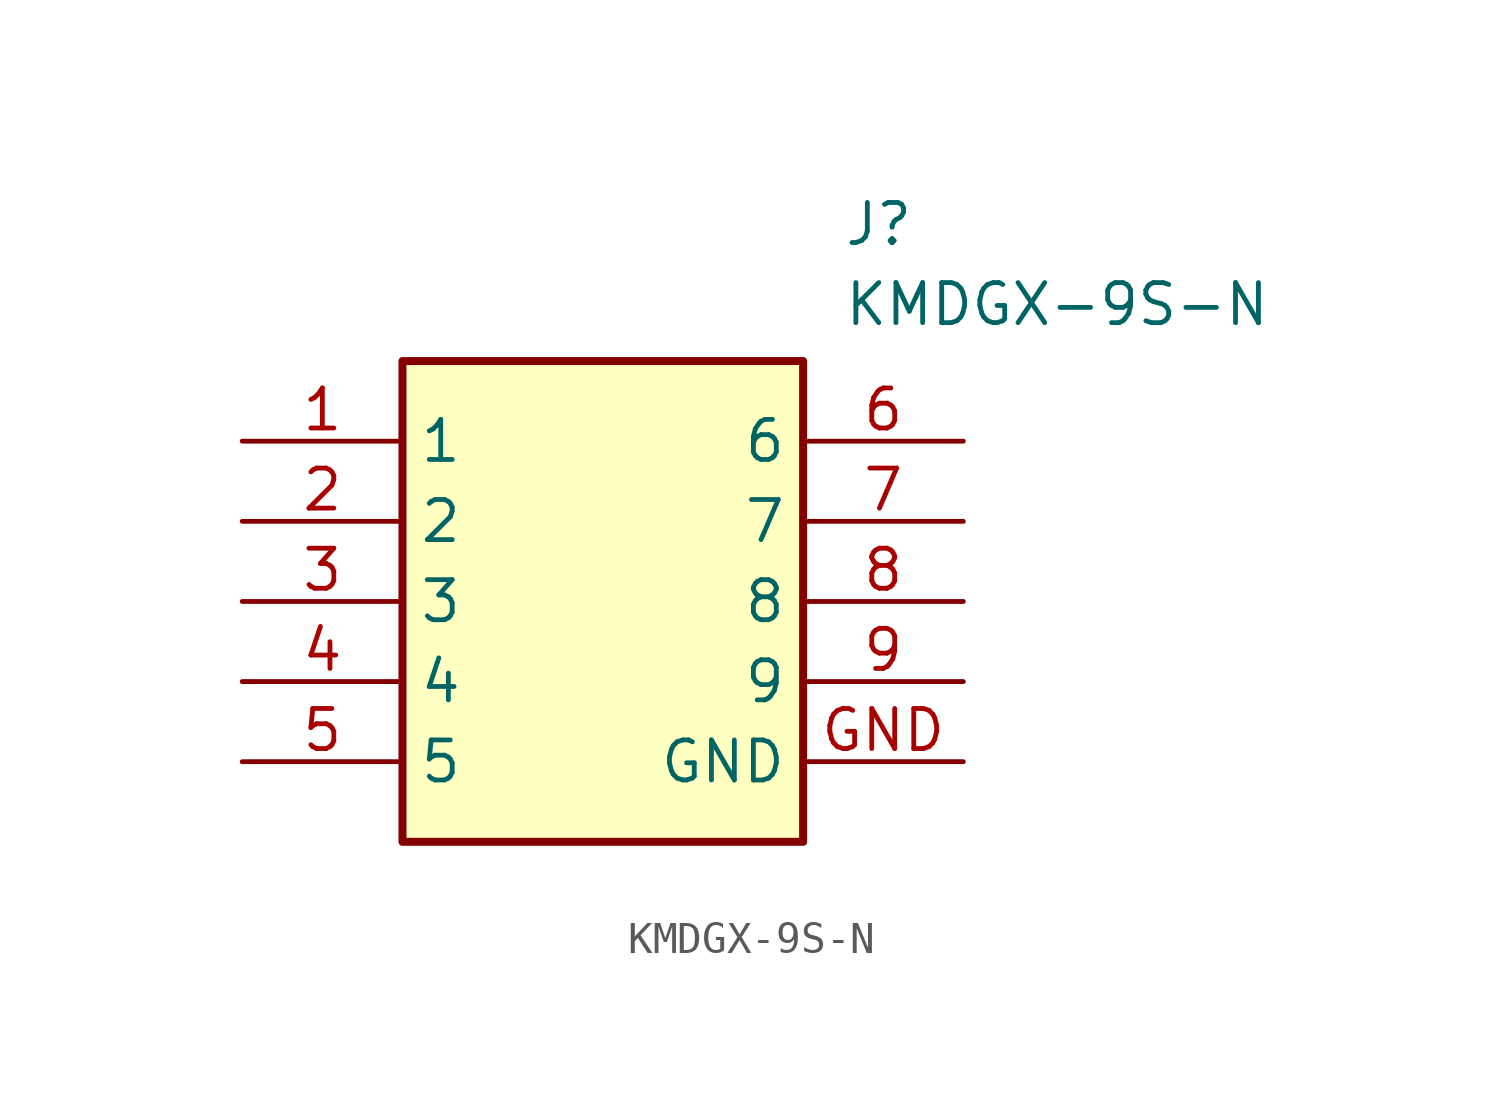
<source format=kicad_sym>
(kicad_symbol_lib
  (version 20231120)
  (generator "kicad_symbol_editor")
  (generator_version "8.0")
  (symbol "KMDGX-9S-N"
    (property "Reference" "J"
      (at 19.05 7.62 0)
      (effects (font (size 1.27 1.27)) (justify left top)))
    (property "Value" "KMDGX-9S-N"
      (at 19.05 5.08 0)
      (effects (font (size 1.27 1.27)) (justify left top)))
    (symbol "KMDGX-9S-N_1_1"
      (rectangle (start 5.08 2.54) (end 17.78 -12.7) (stroke (width 0.254) (type default)) (fill (type background)))
      (pin passive line (at 0 0 0) (length 5.08) (name "1" (effects (font (size 1.27 1.27)))) (number "1" (effects (font (size 1.27 1.27)))))
      (pin passive line (at 0 -2.54 0) (length 5.08) (name "2" (effects (font (size 1.27 1.27)))) (number "2" (effects (font (size 1.27 1.27)))))
      (pin passive line (at 0 -5.08 0) (length 5.08) (name "3" (effects (font (size 1.27 1.27)))) (number "3" (effects (font (size 1.27 1.27)))))
      (pin passive line (at 0 -7.62 0) (length 5.08) (name "4" (effects (font (size 1.27 1.27)))) (number "4" (effects (font (size 1.27 1.27)))))
      (pin passive line (at 0 -10.16 0) (length 5.08) (name "5" (effects (font (size 1.27 1.27)))) (number "5" (effects (font (size 1.27 1.27)))))
      (pin passive line (at 22.86 0 180) (length 5.08) (name "6" (effects (font (size 1.27 1.27)))) (number "6" (effects (font (size 1.27 1.27)))))
      (pin passive line (at 22.86 -2.54 180) (length 5.08) (name "7" (effects (font (size 1.27 1.27)))) (number "7" (effects (font (size 1.27 1.27)))))
      (pin passive line (at 22.86 -5.08 180) (length 5.08) (name "8" (effects (font (size 1.27 1.27)))) (number "8" (effects (font (size 1.27 1.27)))))
      (pin passive line (at 22.86 -7.62 180) (length 5.08) (name "9" (effects (font (size 1.27 1.27)))) (number "9" (effects (font (size 1.27 1.27)))))
      (pin passive line (at 22.86 -10.16 180) (length 5.08) (name "GND" (effects (font (size 1.27 1.27)))) (number "GND" (effects (font (size 1.27 1.27))))))))
</source>
